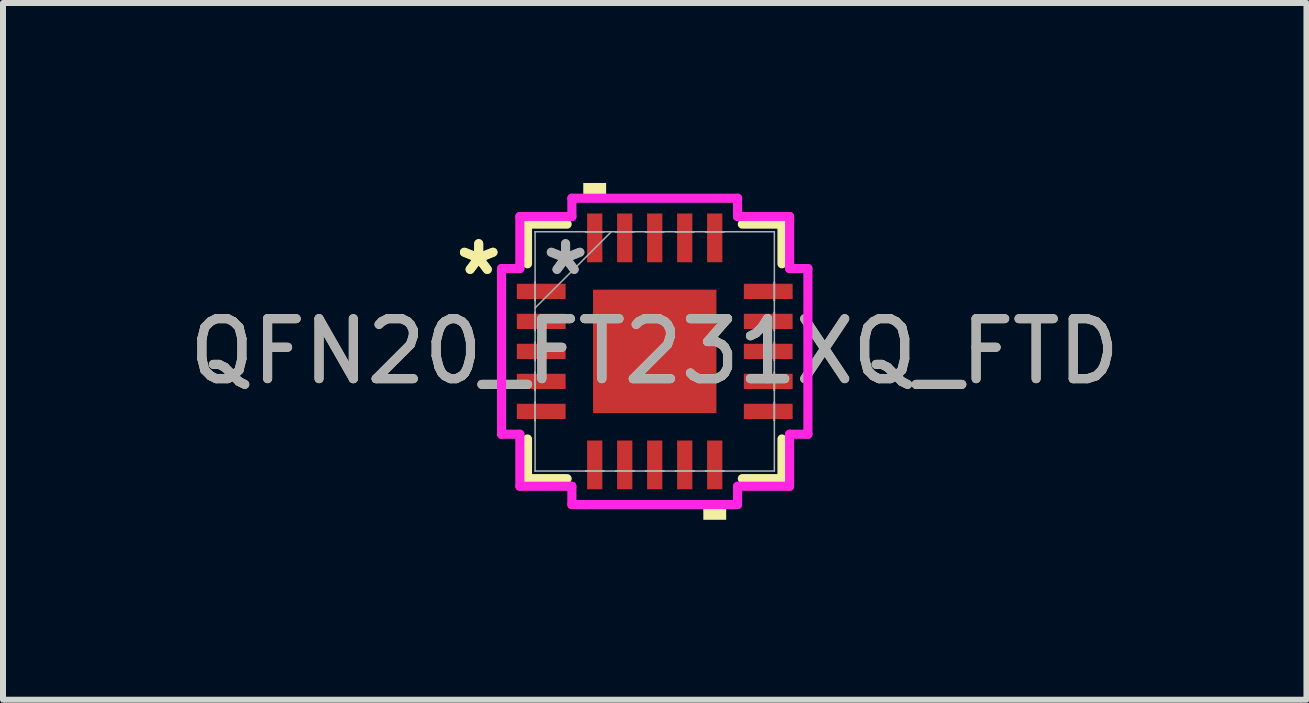
<source format=kicad_pcb>
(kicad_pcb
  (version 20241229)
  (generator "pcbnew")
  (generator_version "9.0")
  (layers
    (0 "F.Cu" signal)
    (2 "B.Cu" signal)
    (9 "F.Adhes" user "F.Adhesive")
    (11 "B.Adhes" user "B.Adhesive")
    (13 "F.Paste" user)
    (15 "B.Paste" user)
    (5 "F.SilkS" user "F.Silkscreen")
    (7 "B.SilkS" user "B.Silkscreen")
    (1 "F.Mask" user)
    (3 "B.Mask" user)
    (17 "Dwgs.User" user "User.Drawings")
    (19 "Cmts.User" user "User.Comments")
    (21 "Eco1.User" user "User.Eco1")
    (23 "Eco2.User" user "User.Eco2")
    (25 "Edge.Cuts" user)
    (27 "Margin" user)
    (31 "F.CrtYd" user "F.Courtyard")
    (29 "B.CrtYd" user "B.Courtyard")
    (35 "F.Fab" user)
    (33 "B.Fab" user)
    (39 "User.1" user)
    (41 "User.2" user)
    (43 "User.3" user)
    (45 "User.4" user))
  (footprint "QFN20_FT231XQ_FTD"
    (layer "F.Cu")
    (at 7.863 2.807)
    (property "Reference" "QFN20_FT231XQ_FTD" (at 0 0 0) (unlocked yes) (layer "F.SilkS") (effects (font (size 1 1) (thickness 0.15))))
    (attr smd)
    (fp_line (start -2.121 -2.121) (end -2.121 -1.46) (stroke (width 0.152) (type solid)) (layer "F.SilkS"))
    (fp_line (start -2.121 1.46) (end -2.121 2.121) (stroke (width 0.152) (type solid)) (layer "F.SilkS"))
    (fp_line (start -2.121 2.121) (end -1.46 2.121) (stroke (width 0.152) (type solid)) (layer "F.SilkS"))
    (fp_line (start -1.46 -2.121) (end -2.121 -2.121) (stroke (width 0.152) (type solid)) (layer "F.SilkS"))
    (fp_line (start 1.46 2.121) (end 2.121 2.121) (stroke (width 0.152) (type solid)) (layer "F.SilkS"))
    (fp_line (start 2.121 -2.121) (end 1.46 -2.121) (stroke (width 0.152) (type solid)) (layer "F.SilkS"))
    (fp_line (start 2.121 -1.46) (end 2.121 -2.121) (stroke (width 0.152) (type solid)) (layer "F.SilkS"))
    (fp_line (start 2.121 2.121) (end 2.121 1.46) (stroke (width 0.152) (type solid)) (layer "F.SilkS"))
    (fp_poly (pts (xy -1.191 -2.553) (xy -1.191 -2.807) (xy -0.81 -2.807) (xy -0.81 -2.553)) (stroke (width 0) (type solid)) (fill yes) (layer "F.SilkS"))
    (fp_poly (pts (xy 0.81 2.553) (xy 0.81 2.807) (xy 1.191 2.807) (xy 1.191 2.553)) (stroke (width 0) (type solid)) (fill yes) (layer "F.SilkS"))
    (fp_line (start -2.553 -1.381) (end -2.248 -1.381) (stroke (width 0.152) (type solid)) (layer "F.CrtYd"))
    (fp_line (start -2.553 1.381) (end -2.553 -1.381) (stroke (width 0.152) (type solid)) (layer "F.CrtYd"))
    (fp_line (start -2.248 -2.248) (end -1.381 -2.248) (stroke (width 0.152) (type solid)) (layer "F.CrtYd"))
    (fp_line (start -2.248 -1.381) (end -2.248 -2.248) (stroke (width 0.152) (type solid)) (layer "F.CrtYd"))
    (fp_line (start -2.248 1.381) (end -2.553 1.381) (stroke (width 0.152) (type solid)) (layer "F.CrtYd"))
    (fp_line (start -2.248 2.248) (end -2.248 1.381) (stroke (width 0.152) (type solid)) (layer "F.CrtYd"))
    (fp_line (start -1.381 -2.553) (end 1.381 -2.553) (stroke (width 0.152) (type solid)) (layer "F.CrtYd"))
    (fp_line (start -1.381 -2.248) (end -1.381 -2.553) (stroke (width 0.152) (type solid)) (layer "F.CrtYd"))
    (fp_line (start -1.381 2.248) (end -2.248 2.248) (stroke (width 0.152) (type solid)) (layer "F.CrtYd"))
    (fp_line (start -1.381 2.553) (end -1.381 2.248) (stroke (width 0.152) (type solid)) (layer "F.CrtYd"))
    (fp_line (start 1.381 -2.553) (end 1.381 -2.248) (stroke (width 0.152) (type solid)) (layer "F.CrtYd"))
    (fp_line (start 1.381 -2.248) (end 2.248 -2.248) (stroke (width 0.152) (type solid)) (layer "F.CrtYd"))
    (fp_line (start 1.381 2.248) (end 1.381 2.553) (stroke (width 0.152) (type solid)) (layer "F.CrtYd"))
    (fp_line (start 1.381 2.553) (end -1.381 2.553) (stroke (width 0.152) (type solid)) (layer "F.CrtYd"))
    (fp_line (start 2.248 -2.248) (end 2.248 -1.381) (stroke (width 0.152) (type solid)) (layer "F.CrtYd"))
    (fp_line (start 2.248 -1.381) (end 2.553 -1.381) (stroke (width 0.152) (type solid)) (layer "F.CrtYd"))
    (fp_line (start 2.248 1.381) (end 2.248 2.248) (stroke (width 0.152) (type solid)) (layer "F.CrtYd"))
    (fp_line (start 2.248 2.248) (end 1.381 2.248) (stroke (width 0.152) (type solid)) (layer "F.CrtYd"))
    (fp_line (start 2.553 -1.381) (end 2.553 1.381) (stroke (width 0.152) (type solid)) (layer "F.CrtYd"))
    (fp_line (start 2.553 1.381) (end 2.248 1.381) (stroke (width 0.152) (type solid)) (layer "F.CrtYd"))
    (fp_line (start -1.994 -1.994) (end -1.994 -1.994) (stroke (width 0.025) (type solid)) (layer "F.Fab"))
    (fp_line (start -1.994 -1.994) (end -1.994 1.994) (stroke (width 0.025) (type solid)) (layer "F.Fab"))
    (fp_line (start -1.994 -1.152) (end -1.994 -1.152) (stroke (width 0.025) (type solid)) (layer "F.Fab"))
    (fp_line (start -1.994 -1.152) (end -1.994 -0.848) (stroke (width 0.025) (type solid)) (layer "F.Fab"))
    (fp_line (start -1.994 -0.848) (end -1.994 -1.152) (stroke (width 0.025) (type solid)) (layer "F.Fab"))
    (fp_line (start -1.994 -0.848) (end -1.994 -0.848) (stroke (width 0.025) (type solid)) (layer "F.Fab"))
    (fp_line (start -1.994 -0.724) (end -0.724 -1.994) (stroke (width 0.025) (type solid)) (layer "F.Fab"))
    (fp_line (start -1.994 -0.652) (end -1.994 -0.652) (stroke (width 0.025) (type solid)) (layer "F.Fab"))
    (fp_line (start -1.994 -0.652) (end -1.994 -0.348) (stroke (width 0.025) (type solid)) (layer "F.Fab"))
    (fp_line (start -1.994 -0.348) (end -1.994 -0.652) (stroke (width 0.025) (type solid)) (layer "F.Fab"))
    (fp_line (start -1.994 -0.348) (end -1.994 -0.348) (stroke (width 0.025) (type solid)) (layer "F.Fab"))
    (fp_line (start -1.994 -0.152) (end -1.994 -0.152) (stroke (width 0.025) (type solid)) (layer "F.Fab"))
    (fp_line (start -1.994 -0.152) (end -1.994 0.152) (stroke (width 0.025) (type solid)) (layer "F.Fab"))
    (fp_line (start -1.994 0.152) (end -1.994 -0.152) (stroke (width 0.025) (type solid)) (layer "F.Fab"))
    (fp_line (start -1.994 0.152) (end -1.994 0.152) (stroke (width 0.025) (type solid)) (layer "F.Fab"))
    (fp_line (start -1.994 0.348) (end -1.994 0.348) (stroke (width 0.025) (type solid)) (layer "F.Fab"))
    (fp_line (start -1.994 0.348) (end -1.994 0.652) (stroke (width 0.025) (type solid)) (layer "F.Fab"))
    (fp_line (start -1.994 0.652) (end -1.994 0.348) (stroke (width 0.025) (type solid)) (layer "F.Fab"))
    (fp_line (start -1.994 0.652) (end -1.994 0.652) (stroke (width 0.025) (type solid)) (layer "F.Fab"))
    (fp_line (start -1.994 0.848) (end -1.994 0.848) (stroke (width 0.025) (type solid)) (layer "F.Fab"))
    (fp_line (start -1.994 0.848) (end -1.994 1.152) (stroke (width 0.025) (type solid)) (layer "F.Fab"))
    (fp_line (start -1.994 1.152) (end -1.994 0.848) (stroke (width 0.025) (type solid)) (layer "F.Fab"))
    (fp_line (start -1.994 1.152) (end -1.994 1.152) (stroke (width 0.025) (type solid)) (layer "F.Fab"))
    (fp_line (start -1.994 1.994) (end -1.994 1.994) (stroke (width 0.025) (type solid)) (layer "F.Fab"))
    (fp_line (start -1.994 1.994) (end 1.994 1.994) (stroke (width 0.025) (type solid)) (layer "F.Fab"))
    (fp_line (start -1.152 -1.994) (end -1.152 -1.994) (stroke (width 0.025) (type solid)) (layer "F.Fab"))
    (fp_line (start -1.152 -1.994) (end -0.848 -1.994) (stroke (width 0.025) (type solid)) (layer "F.Fab"))
    (fp_line (start -1.152 1.994) (end -1.152 1.994) (stroke (width 0.025) (type solid)) (layer "F.Fab"))
    (fp_line (start -1.152 1.994) (end -0.848 1.994) (stroke (width 0.025) (type solid)) (layer "F.Fab"))
    (fp_line (start -0.848 -1.994) (end -1.152 -1.994) (stroke (width 0.025) (type solid)) (layer "F.Fab"))
    (fp_line (start -0.848 -1.994) (end -0.848 -1.994) (stroke (width 0.025) (type solid)) (layer "F.Fab"))
    (fp_line (start -0.848 1.994) (end -1.152 1.994) (stroke (width 0.025) (type solid)) (layer "F.Fab"))
    (fp_line (start -0.848 1.994) (end -0.848 1.994) (stroke (width 0.025) (type solid)) (layer "F.Fab"))
    (fp_line (start -0.652 -1.994) (end -0.652 -1.994) (stroke (width 0.025) (type solid)) (layer "F.Fab"))
    (fp_line (start -0.652 -1.994) (end -0.348 -1.994) (stroke (width 0.025) (type solid)) (layer "F.Fab"))
    (fp_line (start -0.652 1.994) (end -0.652 1.994) (stroke (width 0.025) (type solid)) (layer "F.Fab"))
    (fp_line (start -0.652 1.994) (end -0.348 1.994) (stroke (width 0.025) (type solid)) (layer "F.Fab"))
    (fp_line (start -0.348 -1.994) (end -0.652 -1.994) (stroke (width 0.025) (type solid)) (layer "F.Fab"))
    (fp_line (start -0.348 -1.994) (end -0.348 -1.994) (stroke (width 0.025) (type solid)) (layer "F.Fab"))
    (fp_line (start -0.348 1.994) (end -0.652 1.994) (stroke (width 0.025) (type solid)) (layer "F.Fab"))
    (fp_line (start -0.348 1.994) (end -0.348 1.994) (stroke (width 0.025) (type solid)) (layer "F.Fab"))
    (fp_line (start -0.152 -1.994) (end -0.152 -1.994) (stroke (width 0.025) (type solid)) (layer "F.Fab"))
    (fp_line (start -0.152 -1.994) (end 0.152 -1.994) (stroke (width 0.025) (type solid)) (layer "F.Fab"))
    (fp_line (start -0.152 1.994) (end -0.152 1.994) (stroke (width 0.025) (type solid)) (layer "F.Fab"))
    (fp_line (start -0.152 1.994) (end 0.152 1.994) (stroke (width 0.025) (type solid)) (layer "F.Fab"))
    (fp_line (start 0.152 -1.994) (end -0.152 -1.994) (stroke (width 0.025) (type solid)) (layer "F.Fab"))
    (fp_line (start 0.152 -1.994) (end 0.152 -1.994) (stroke (width 0.025) (type solid)) (layer "F.Fab"))
    (fp_line (start 0.152 1.994) (end -0.152 1.994) (stroke (width 0.025) (type solid)) (layer "F.Fab"))
    (fp_line (start 0.152 1.994) (end 0.152 1.994) (stroke (width 0.025) (type solid)) (layer "F.Fab"))
    (fp_line (start 0.348 -1.994) (end 0.348 -1.994) (stroke (width 0.025) (type solid)) (layer "F.Fab"))
    (fp_line (start 0.348 -1.994) (end 0.652 -1.994) (stroke (width 0.025) (type solid)) (layer "F.Fab"))
    (fp_line (start 0.348 1.994) (end 0.348 1.994) (stroke (width 0.025) (type solid)) (layer "F.Fab"))
    (fp_line (start 0.348 1.994) (end 0.652 1.994) (stroke (width 0.025) (type solid)) (layer "F.Fab"))
    (fp_line (start 0.652 -1.994) (end 0.348 -1.994) (stroke (width 0.025) (type solid)) (layer "F.Fab"))
    (fp_line (start 0.652 -1.994) (end 0.652 -1.994) (stroke (width 0.025) (type solid)) (layer "F.Fab"))
    (fp_line (start 0.652 1.994) (end 0.348 1.994) (stroke (width 0.025) (type solid)) (layer "F.Fab"))
    (fp_line (start 0.652 1.994) (end 0.652 1.994) (stroke (width 0.025) (type solid)) (layer "F.Fab"))
    (fp_line (start 0.848 -1.994) (end 0.848 -1.994) (stroke (width 0.025) (type solid)) (layer "F.Fab"))
    (fp_line (start 0.848 -1.994) (end 1.152 -1.994) (stroke (width 0.025) (type solid)) (layer "F.Fab"))
    (fp_line (start 0.848 1.994) (end 0.848 1.994) (stroke (width 0.025) (type solid)) (layer "F.Fab"))
    (fp_line (start 0.848 1.994) (end 1.152 1.994) (stroke (width 0.025) (type solid)) (layer "F.Fab"))
    (fp_line (start 1.152 -1.994) (end 0.848 -1.994) (stroke (width 0.025) (type solid)) (layer "F.Fab"))
    (fp_line (start 1.152 -1.994) (end 1.152 -1.994) (stroke (width 0.025) (type solid)) (layer "F.Fab"))
    (fp_line (start 1.152 1.994) (end 0.848 1.994) (stroke (width 0.025) (type solid)) (layer "F.Fab"))
    (fp_line (start 1.152 1.994) (end 1.152 1.994) (stroke (width 0.025) (type solid)) (layer "F.Fab"))
    (fp_line (start 1.994 -1.994) (end -1.994 -1.994) (stroke (width 0.025) (type solid)) (layer "F.Fab"))
    (fp_line (start 1.994 -1.994) (end 1.994 -1.994) (stroke (width 0.025) (type solid)) (layer "F.Fab"))
    (fp_line (start 1.994 -1.152) (end 1.994 -1.152) (stroke (width 0.025) (type solid)) (layer "F.Fab"))
    (fp_line (start 1.994 -1.152) (end 1.994 -0.848) (stroke (width 0.025) (type solid)) (layer "F.Fab"))
    (fp_line (start 1.994 -0.848) (end 1.994 -1.152) (stroke (width 0.025) (type solid)) (layer "F.Fab"))
    (fp_line (start 1.994 -0.848) (end 1.994 -0.848) (stroke (width 0.025) (type solid)) (layer "F.Fab"))
    (fp_line (start 1.994 -0.652) (end 1.994 -0.652) (stroke (width 0.025) (type solid)) (layer "F.Fab"))
    (fp_line (start 1.994 -0.652) (end 1.994 -0.348) (stroke (width 0.025) (type solid)) (layer "F.Fab"))
    (fp_line (start 1.994 -0.348) (end 1.994 -0.652) (stroke (width 0.025) (type solid)) (layer "F.Fab"))
    (fp_line (start 1.994 -0.348) (end 1.994 -0.348) (stroke (width 0.025) (type solid)) (layer "F.Fab"))
    (fp_line (start 1.994 -0.152) (end 1.994 -0.152) (stroke (width 0.025) (type solid)) (layer "F.Fab"))
    (fp_line (start 1.994 -0.152) (end 1.994 0.152) (stroke (width 0.025) (type solid)) (layer "F.Fab"))
    (fp_line (start 1.994 0.152) (end 1.994 -0.152) (stroke (width 0.025) (type solid)) (layer "F.Fab"))
    (fp_line (start 1.994 0.152) (end 1.994 0.152) (stroke (width 0.025) (type solid)) (layer "F.Fab"))
    (fp_line (start 1.994 0.348) (end 1.994 0.348) (stroke (width 0.025) (type solid)) (layer "F.Fab"))
    (fp_line (start 1.994 0.348) (end 1.994 0.652) (stroke (width 0.025) (type solid)) (layer "F.Fab"))
    (fp_line (start 1.994 0.652) (end 1.994 0.348) (stroke (width 0.025) (type solid)) (layer "F.Fab"))
    (fp_line (start 1.994 0.652) (end 1.994 0.652) (stroke (width 0.025) (type solid)) (layer "F.Fab"))
    (fp_line (start 1.994 0.848) (end 1.994 0.848) (stroke (width 0.025) (type solid)) (layer "F.Fab"))
    (fp_line (start 1.994 0.848) (end 1.994 1.152) (stroke (width 0.025) (type solid)) (layer "F.Fab"))
    (fp_line (start 1.994 1.152) (end 1.994 0.848) (stroke (width 0.025) (type solid)) (layer "F.Fab"))
    (fp_line (start 1.994 1.152) (end 1.994 1.152) (stroke (width 0.025) (type solid)) (layer "F.Fab"))
    (fp_line (start 1.994 1.994) (end 1.994 -1.994) (stroke (width 0.025) (type solid)) (layer "F.Fab"))
    (fp_line (start 1.994 1.994) (end 1.994 1.994) (stroke (width 0.025) (type solid)) (layer "F.Fab"))
    (fp_text user "*" (at -2.934 -1.25 0) (unlocked yes) (layer "F.SilkS") (effects (font (size 1 1) (thickness 0.15))))
    (fp_text user "*" (at -2.934 -1.25 0) (layer "F.SilkS") (effects (font (size 1 1) (thickness 0.15))))
    (fp_text user "*" (at -1.486 -1.25 0) (layer "F.Fab") (effects (font (size 1 1) (thickness 0.15))))
    (fp_text user "${REFERENCE}" (at 0 0 0) (unlocked yes) (layer "F.Fab") (effects (font (size 1 1) (thickness 0.15))))
    (fp_text user "*" (at -1.486 -1.25 0) (unlocked yes) (layer "F.Fab") (effects (font (size 1 1) (thickness 0.15))))
    (pad "1" smd rect (at -1.892 -1 90) (size 0.254 0.813) (layers "F.Cu" "F.Mask" "F.Paste"))
    (pad "2" smd rect (at -1.892 -0.5 90) (size 0.254 0.813) (layers "F.Cu" "F.Mask" "F.Paste"))
    (pad "3" smd rect (at -1.892 0 90) (size 0.254 0.813) (layers "F.Cu" "F.Mask" "F.Paste"))
    (pad "4" smd rect (at -1.892 0.5 90) (size 0.254 0.813) (layers "F.Cu" "F.Mask" "F.Paste"))
    (pad "5" smd rect (at -1.892 1 90) (size 0.254 0.813) (layers "F.Cu" "F.Mask" "F.Paste"))
    (pad "6" smd rect (at -1 1.892) (size 0.254 0.813) (layers "F.Cu" "F.Mask" "F.Paste"))
    (pad "7" smd rect (at -0.5 1.892) (size 0.254 0.813) (layers "F.Cu" "F.Mask" "F.Paste"))
    (pad "8" smd rect (at 0 1.892) (size 0.254 0.813) (layers "F.Cu" "F.Mask" "F.Paste"))
    (pad "9" smd rect (at 0.5 1.892) (size 0.254 0.813) (layers "F.Cu" "F.Mask" "F.Paste"))
    (pad "10" smd rect (at 1 1.892) (size 0.254 0.813) (layers "F.Cu" "F.Mask" "F.Paste"))
    (pad "11" smd rect (at 1.892 1 90) (size 0.254 0.813) (layers "F.Cu" "F.Mask" "F.Paste"))
    (pad "12" smd rect (at 1.892 0.5 90) (size 0.254 0.813) (layers "F.Cu" "F.Mask" "F.Paste"))
    (pad "13" smd rect (at 1.892 0 90) (size 0.254 0.813) (layers "F.Cu" "F.Mask" "F.Paste"))
    (pad "14" smd rect (at 1.892 -0.5 90) (size 0.254 0.813) (layers "F.Cu" "F.Mask" "F.Paste"))
    (pad "15" smd rect (at 1.892 -1 90) (size 0.254 0.813) (layers "F.Cu" "F.Mask" "F.Paste"))
    (pad "16" smd rect (at 1 -1.892) (size 0.254 0.813) (layers "F.Cu" "F.Mask" "F.Paste"))
    (pad "17" smd rect (at 0.5 -1.892) (size 0.254 0.813) (layers "F.Cu" "F.Mask" "F.Paste"))
    (pad "18" smd rect (at 0 -1.892) (size 0.254 0.813) (layers "F.Cu" "F.Mask" "F.Paste"))
    (pad "19" smd rect (at -0.5 -1.892) (size 0.254 0.813) (layers "F.Cu" "F.Mask" "F.Paste"))
    (pad "20" smd rect (at -1 -1.892) (size 0.254 0.813) (layers "F.Cu" "F.Mask" "F.Paste"))
    (pad "21" smd rect (at 0 0) (size 2.057 2.057) (layers "F.Cu" "F.Mask" "F.Paste")))
  (gr_rect
    (start -3 -3)
    (end 18.726 8.613)
    (stroke (width 0.1) (type default))
    (fill no)
    (layer "Edge.Cuts")))
</source>
